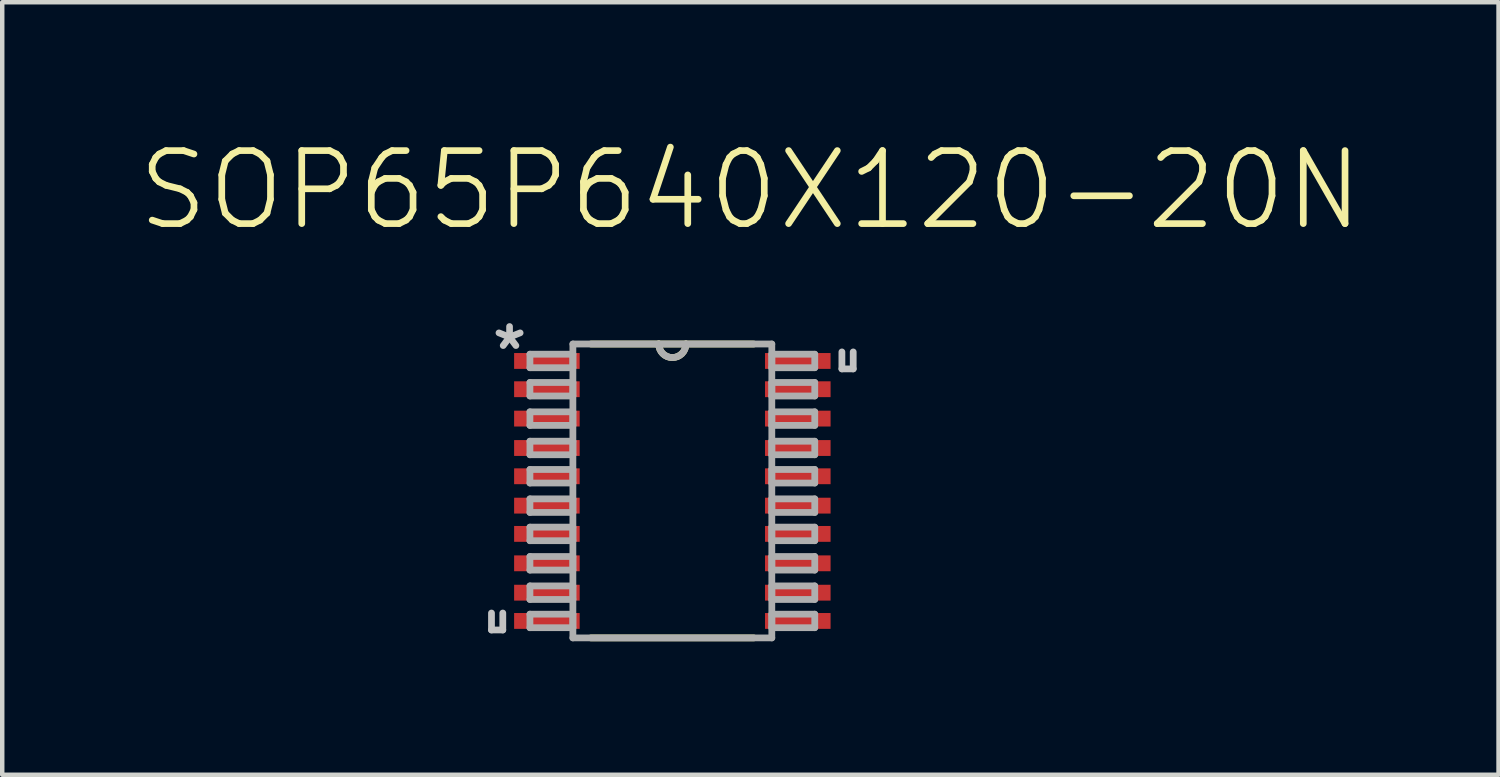
<source format=kicad_pcb>
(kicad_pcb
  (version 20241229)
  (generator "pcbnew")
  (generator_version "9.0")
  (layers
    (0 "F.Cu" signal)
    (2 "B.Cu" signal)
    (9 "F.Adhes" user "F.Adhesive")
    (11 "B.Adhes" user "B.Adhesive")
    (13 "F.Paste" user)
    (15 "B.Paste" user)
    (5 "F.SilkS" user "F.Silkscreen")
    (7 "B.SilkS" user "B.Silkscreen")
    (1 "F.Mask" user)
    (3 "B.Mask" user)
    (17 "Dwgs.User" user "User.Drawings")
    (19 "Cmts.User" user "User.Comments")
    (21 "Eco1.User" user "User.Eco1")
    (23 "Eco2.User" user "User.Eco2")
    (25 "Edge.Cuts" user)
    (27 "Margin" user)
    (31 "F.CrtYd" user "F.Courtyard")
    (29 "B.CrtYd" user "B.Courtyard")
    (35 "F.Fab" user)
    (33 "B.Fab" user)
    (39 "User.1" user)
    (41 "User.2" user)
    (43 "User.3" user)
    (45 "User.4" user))
  (footprint "SOP65P640X120-20N"
    (layer "F.Cu")
    (at 12.058 7.982)
    (property "Reference" "SOP65P640X120-20N" (at 1.753 -6.759 0) (layer "F.SilkS") (effects (font (size 1.641 1.641) (thickness 0.15))))
    (attr smd)
    (fp_line (start -1.829 3.302) (end 1.829 3.302) (stroke (width 0.152) (type solid)) (layer "F.SilkS"))
    (fp_line (start -0.305 -3.302) (end -1.829 -3.302) (stroke (width 0.152) (type solid)) (layer "F.SilkS"))
    (fp_line (start 0.305 -3.302) (end -0.305 -3.302) (stroke (width 0.152) (type solid)) (layer "F.SilkS"))
    (fp_line (start 1.829 -3.302) (end 0.305 -3.302) (stroke (width 0.152) (type solid)) (layer "F.SilkS"))
    (fp_arc (start 0.3048 -3.302) (mid 0 -2.9972) (end -0.3048 -3.302) (stroke (width 0.1524) (type solid)) (layer "F.SilkS"))
    (fp_line (start -4.064 2.743) (end -4.064 3.124) (stroke (width 0.152) (type solid)) (layer "Dwgs.User"))
    (fp_line (start -4.064 3.124) (end -3.81 3.124) (stroke (width 0.152) (type solid)) (layer "Dwgs.User"))
    (fp_line (start -3.81 3.124) (end -3.81 2.743) (stroke (width 0.152) (type solid)) (layer "Dwgs.User"))
    (fp_line (start 3.81 -2.743) (end 3.81 -3.124) (stroke (width 0.152) (type solid)) (layer "Dwgs.User"))
    (fp_line (start 4.064 -3.124) (end 4.064 -2.743) (stroke (width 0.152) (type solid)) (layer "Dwgs.User"))
    (fp_line (start 4.064 -2.743) (end 3.81 -2.743) (stroke (width 0.152) (type solid)) (layer "Dwgs.User"))
    (fp_line (start -3.2 -3.073) (end -3.2 -2.769) (stroke (width 0.152) (type solid)) (layer "F.Fab"))
    (fp_line (start -3.2 -2.769) (end -2.235 -2.769) (stroke (width 0.152) (type solid)) (layer "F.Fab"))
    (fp_line (start -3.2 -2.438) (end -3.2 -2.134) (stroke (width 0.152) (type solid)) (layer "F.Fab"))
    (fp_line (start -3.2 -2.134) (end -2.235 -2.134) (stroke (width 0.152) (type solid)) (layer "F.Fab"))
    (fp_line (start -3.2 -1.778) (end -3.2 -1.473) (stroke (width 0.152) (type solid)) (layer "F.Fab"))
    (fp_line (start -3.2 -1.473) (end -2.235 -1.473) (stroke (width 0.152) (type solid)) (layer "F.Fab"))
    (fp_line (start -3.2 -1.118) (end -3.2 -0.813) (stroke (width 0.152) (type solid)) (layer "F.Fab"))
    (fp_line (start -3.2 -0.813) (end -2.235 -0.813) (stroke (width 0.152) (type solid)) (layer "F.Fab"))
    (fp_line (start -3.2 -0.483) (end -3.2 -0.178) (stroke (width 0.152) (type solid)) (layer "F.Fab"))
    (fp_line (start -3.2 -0.178) (end -2.235 -0.178) (stroke (width 0.152) (type solid)) (layer "F.Fab"))
    (fp_line (start -3.2 0.178) (end -3.2 0.483) (stroke (width 0.152) (type solid)) (layer "F.Fab"))
    (fp_line (start -3.2 0.483) (end -2.235 0.483) (stroke (width 0.152) (type solid)) (layer "F.Fab"))
    (fp_line (start -3.2 0.813) (end -3.2 1.118) (stroke (width 0.152) (type solid)) (layer "F.Fab"))
    (fp_line (start -3.2 1.118) (end -2.235 1.118) (stroke (width 0.152) (type solid)) (layer "F.Fab"))
    (fp_line (start -3.2 1.473) (end -3.2 1.778) (stroke (width 0.152) (type solid)) (layer "F.Fab"))
    (fp_line (start -3.2 1.778) (end -2.235 1.778) (stroke (width 0.152) (type solid)) (layer "F.Fab"))
    (fp_line (start -3.2 2.134) (end -3.2 2.438) (stroke (width 0.152) (type solid)) (layer "F.Fab"))
    (fp_line (start -3.2 2.438) (end -2.235 2.438) (stroke (width 0.152) (type solid)) (layer "F.Fab"))
    (fp_line (start -3.2 2.769) (end -3.2 3.073) (stroke (width 0.152) (type solid)) (layer "F.Fab"))
    (fp_line (start -3.2 3.073) (end -2.235 3.073) (stroke (width 0.152) (type solid)) (layer "F.Fab"))
    (fp_line (start -2.235 -3.302) (end -2.235 3.302) (stroke (width 0.152) (type solid)) (layer "F.Fab"))
    (fp_line (start -2.235 -3.073) (end -3.2 -3.073) (stroke (width 0.152) (type solid)) (layer "F.Fab"))
    (fp_line (start -2.235 -2.769) (end -2.235 -3.073) (stroke (width 0.152) (type solid)) (layer "F.Fab"))
    (fp_line (start -2.235 -2.438) (end -3.2 -2.438) (stroke (width 0.152) (type solid)) (layer "F.Fab"))
    (fp_line (start -2.235 -2.134) (end -2.235 -2.438) (stroke (width 0.152) (type solid)) (layer "F.Fab"))
    (fp_line (start -2.235 -1.778) (end -3.2 -1.778) (stroke (width 0.152) (type solid)) (layer "F.Fab"))
    (fp_line (start -2.235 -1.473) (end -2.235 -1.778) (stroke (width 0.152) (type solid)) (layer "F.Fab"))
    (fp_line (start -2.235 -1.118) (end -3.2 -1.118) (stroke (width 0.152) (type solid)) (layer "F.Fab"))
    (fp_line (start -2.235 -0.813) (end -2.235 -1.118) (stroke (width 0.152) (type solid)) (layer "F.Fab"))
    (fp_line (start -2.235 -0.483) (end -3.2 -0.483) (stroke (width 0.152) (type solid)) (layer "F.Fab"))
    (fp_line (start -2.235 -0.178) (end -2.235 -0.483) (stroke (width 0.152) (type solid)) (layer "F.Fab"))
    (fp_line (start -2.235 0.178) (end -3.2 0.178) (stroke (width 0.152) (type solid)) (layer "F.Fab"))
    (fp_line (start -2.235 0.483) (end -2.235 0.178) (stroke (width 0.152) (type solid)) (layer "F.Fab"))
    (fp_line (start -2.235 0.813) (end -3.2 0.813) (stroke (width 0.152) (type solid)) (layer "F.Fab"))
    (fp_line (start -2.235 1.118) (end -2.235 0.813) (stroke (width 0.152) (type solid)) (layer "F.Fab"))
    (fp_line (start -2.235 1.473) (end -3.2 1.473) (stroke (width 0.152) (type solid)) (layer "F.Fab"))
    (fp_line (start -2.235 1.778) (end -2.235 1.473) (stroke (width 0.152) (type solid)) (layer "F.Fab"))
    (fp_line (start -2.235 2.134) (end -3.2 2.134) (stroke (width 0.152) (type solid)) (layer "F.Fab"))
    (fp_line (start -2.235 2.438) (end -2.235 2.134) (stroke (width 0.152) (type solid)) (layer "F.Fab"))
    (fp_line (start -2.235 2.769) (end -3.2 2.769) (stroke (width 0.152) (type solid)) (layer "F.Fab"))
    (fp_line (start -2.235 3.073) (end -2.235 2.769) (stroke (width 0.152) (type solid)) (layer "F.Fab"))
    (fp_line (start -2.235 3.302) (end 2.235 3.302) (stroke (width 0.152) (type solid)) (layer "F.Fab"))
    (fp_line (start -0.305 -3.302) (end -2.235 -3.302) (stroke (width 0.152) (type solid)) (layer "F.Fab"))
    (fp_line (start 0.305 -3.302) (end -0.305 -3.302) (stroke (width 0.152) (type solid)) (layer "F.Fab"))
    (fp_line (start 2.235 -3.302) (end 0.305 -3.302) (stroke (width 0.152) (type solid)) (layer "F.Fab"))
    (fp_line (start 2.235 -3.073) (end 2.235 -2.769) (stroke (width 0.152) (type solid)) (layer "F.Fab"))
    (fp_line (start 2.235 -2.769) (end 3.2 -2.769) (stroke (width 0.152) (type solid)) (layer "F.Fab"))
    (fp_line (start 2.235 -2.438) (end 2.235 -2.134) (stroke (width 0.152) (type solid)) (layer "F.Fab"))
    (fp_line (start 2.235 -2.134) (end 3.2 -2.134) (stroke (width 0.152) (type solid)) (layer "F.Fab"))
    (fp_line (start 2.235 -1.778) (end 2.235 -1.473) (stroke (width 0.152) (type solid)) (layer "F.Fab"))
    (fp_line (start 2.235 -1.473) (end 3.2 -1.473) (stroke (width 0.152) (type solid)) (layer "F.Fab"))
    (fp_line (start 2.235 -1.118) (end 2.235 -0.813) (stroke (width 0.152) (type solid)) (layer "F.Fab"))
    (fp_line (start 2.235 -0.813) (end 3.2 -0.813) (stroke (width 0.152) (type solid)) (layer "F.Fab"))
    (fp_line (start 2.235 -0.483) (end 2.235 -0.178) (stroke (width 0.152) (type solid)) (layer "F.Fab"))
    (fp_line (start 2.235 -0.178) (end 3.2 -0.178) (stroke (width 0.152) (type solid)) (layer "F.Fab"))
    (fp_line (start 2.235 0.178) (end 2.235 0.483) (stroke (width 0.152) (type solid)) (layer "F.Fab"))
    (fp_line (start 2.235 0.483) (end 3.2 0.483) (stroke (width 0.152) (type solid)) (layer "F.Fab"))
    (fp_line (start 2.235 0.813) (end 2.235 1.118) (stroke (width 0.152) (type solid)) (layer "F.Fab"))
    (fp_line (start 2.235 1.118) (end 3.2 1.118) (stroke (width 0.152) (type solid)) (layer "F.Fab"))
    (fp_line (start 2.235 1.473) (end 2.235 1.778) (stroke (width 0.152) (type solid)) (layer "F.Fab"))
    (fp_line (start 2.235 1.778) (end 3.2 1.778) (stroke (width 0.152) (type solid)) (layer "F.Fab"))
    (fp_line (start 2.235 2.134) (end 2.235 2.438) (stroke (width 0.152) (type solid)) (layer "F.Fab"))
    (fp_line (start 2.235 2.438) (end 3.2 2.438) (stroke (width 0.152) (type solid)) (layer "F.Fab"))
    (fp_line (start 2.235 2.769) (end 2.235 3.073) (stroke (width 0.152) (type solid)) (layer "F.Fab"))
    (fp_line (start 2.235 3.073) (end 3.2 3.073) (stroke (width 0.152) (type solid)) (layer "F.Fab"))
    (fp_line (start 2.235 3.302) (end 2.235 -3.302) (stroke (width 0.152) (type solid)) (layer "F.Fab"))
    (fp_line (start 3.2 -3.073) (end 2.235 -3.073) (stroke (width 0.152) (type solid)) (layer "F.Fab"))
    (fp_line (start 3.2 -2.769) (end 3.2 -3.073) (stroke (width 0.152) (type solid)) (layer "F.Fab"))
    (fp_line (start 3.2 -2.438) (end 2.235 -2.438) (stroke (width 0.152) (type solid)) (layer "F.Fab"))
    (fp_line (start 3.2 -2.134) (end 3.2 -2.438) (stroke (width 0.152) (type solid)) (layer "F.Fab"))
    (fp_line (start 3.2 -1.778) (end 2.235 -1.778) (stroke (width 0.152) (type solid)) (layer "F.Fab"))
    (fp_line (start 3.2 -1.473) (end 3.2 -1.778) (stroke (width 0.152) (type solid)) (layer "F.Fab"))
    (fp_line (start 3.2 -1.118) (end 2.235 -1.118) (stroke (width 0.152) (type solid)) (layer "F.Fab"))
    (fp_line (start 3.2 -0.813) (end 3.2 -1.118) (stroke (width 0.152) (type solid)) (layer "F.Fab"))
    (fp_line (start 3.2 -0.483) (end 2.235 -0.483) (stroke (width 0.152) (type solid)) (layer "F.Fab"))
    (fp_line (start 3.2 -0.178) (end 3.2 -0.483) (stroke (width 0.152) (type solid)) (layer "F.Fab"))
    (fp_line (start 3.2 0.178) (end 2.235 0.178) (stroke (width 0.152) (type solid)) (layer "F.Fab"))
    (fp_line (start 3.2 0.483) (end 3.2 0.178) (stroke (width 0.152) (type solid)) (layer "F.Fab"))
    (fp_line (start 3.2 0.813) (end 2.235 0.813) (stroke (width 0.152) (type solid)) (layer "F.Fab"))
    (fp_line (start 3.2 1.118) (end 3.2 0.813) (stroke (width 0.152) (type solid)) (layer "F.Fab"))
    (fp_line (start 3.2 1.473) (end 2.235 1.473) (stroke (width 0.152) (type solid)) (layer "F.Fab"))
    (fp_line (start 3.2 1.778) (end 3.2 1.473) (stroke (width 0.152) (type solid)) (layer "F.Fab"))
    (fp_line (start 3.2 2.134) (end 2.235 2.134) (stroke (width 0.152) (type solid)) (layer "F.Fab"))
    (fp_line (start 3.2 2.438) (end 3.2 2.134) (stroke (width 0.152) (type solid)) (layer "F.Fab"))
    (fp_line (start 3.2 2.769) (end 2.235 2.769) (stroke (width 0.152) (type solid)) (layer "F.Fab"))
    (fp_line (start 3.2 3.073) (end 3.2 2.769) (stroke (width 0.152) (type solid)) (layer "F.Fab"))
    (fp_arc (start 0.3048 -3.302) (mid 0 -2.9972) (end -0.3048 -3.302) (stroke (width 0.1524) (type solid)) (layer "F.Fab"))
    (fp_text user "*" (at -3.658 -3.15 0) (layer "Dwgs.User") (effects (font (size 1 1) (thickness 0.15))))
    (pad "1" smd rect (at -2.819 -2.921) (size 1.473 0.356) (layers "F.Cu" "F.Mask" "F.Paste"))
    (pad "2" smd rect (at -2.819 -2.286) (size 1.473 0.356) (layers "F.Cu" "F.Mask" "F.Paste"))
    (pad "3" smd rect (at -2.819 -1.626) (size 1.473 0.356) (layers "F.Cu" "F.Mask" "F.Paste"))
    (pad "4" smd rect (at -2.819 -0.965) (size 1.473 0.356) (layers "F.Cu" "F.Mask" "F.Paste"))
    (pad "5" smd rect (at -2.819 -0.33) (size 1.473 0.356) (layers "F.Cu" "F.Mask" "F.Paste"))
    (pad "6" smd rect (at -2.819 0.33) (size 1.473 0.356) (layers "F.Cu" "F.Mask" "F.Paste"))
    (pad "7" smd rect (at -2.819 0.965) (size 1.473 0.356) (layers "F.Cu" "F.Mask" "F.Paste"))
    (pad "8" smd rect (at -2.819 1.626) (size 1.473 0.356) (layers "F.Cu" "F.Mask" "F.Paste"))
    (pad "9" smd rect (at -2.819 2.286) (size 1.473 0.356) (layers "F.Cu" "F.Mask" "F.Paste"))
    (pad "10" smd rect (at -2.819 2.921) (size 1.473 0.356) (layers "F.Cu" "F.Mask" "F.Paste"))
    (pad "11" smd rect (at 2.819 2.921) (size 1.473 0.356) (layers "F.Cu" "F.Mask" "F.Paste"))
    (pad "12" smd rect (at 2.819 2.286) (size 1.473 0.356) (layers "F.Cu" "F.Mask" "F.Paste"))
    (pad "13" smd rect (at 2.819 1.626) (size 1.473 0.356) (layers "F.Cu" "F.Mask" "F.Paste"))
    (pad "14" smd rect (at 2.819 0.965) (size 1.473 0.356) (layers "F.Cu" "F.Mask" "F.Paste"))
    (pad "15" smd rect (at 2.819 0.33) (size 1.473 0.356) (layers "F.Cu" "F.Mask" "F.Paste"))
    (pad "16" smd rect (at 2.819 -0.33) (size 1.473 0.356) (layers "F.Cu" "F.Mask" "F.Paste"))
    (pad "17" smd rect (at 2.819 -0.965) (size 1.473 0.356) (layers "F.Cu" "F.Mask" "F.Paste"))
    (pad "18" smd rect (at 2.819 -1.626) (size 1.473 0.356) (layers "F.Cu" "F.Mask" "F.Paste"))
    (pad "19" smd rect (at 2.819 -2.286) (size 1.473 0.356) (layers "F.Cu" "F.Mask" "F.Paste"))
    (pad "20" smd rect (at 2.819 -2.921) (size 1.473 0.356) (layers "F.Cu" "F.Mask" "F.Paste")))
  (gr_rect
    (start -3 -3)
    (end 30.623 14.36)
    (stroke (width 0.1) (type default))
    (fill no)
    (layer "Edge.Cuts")))
</source>
